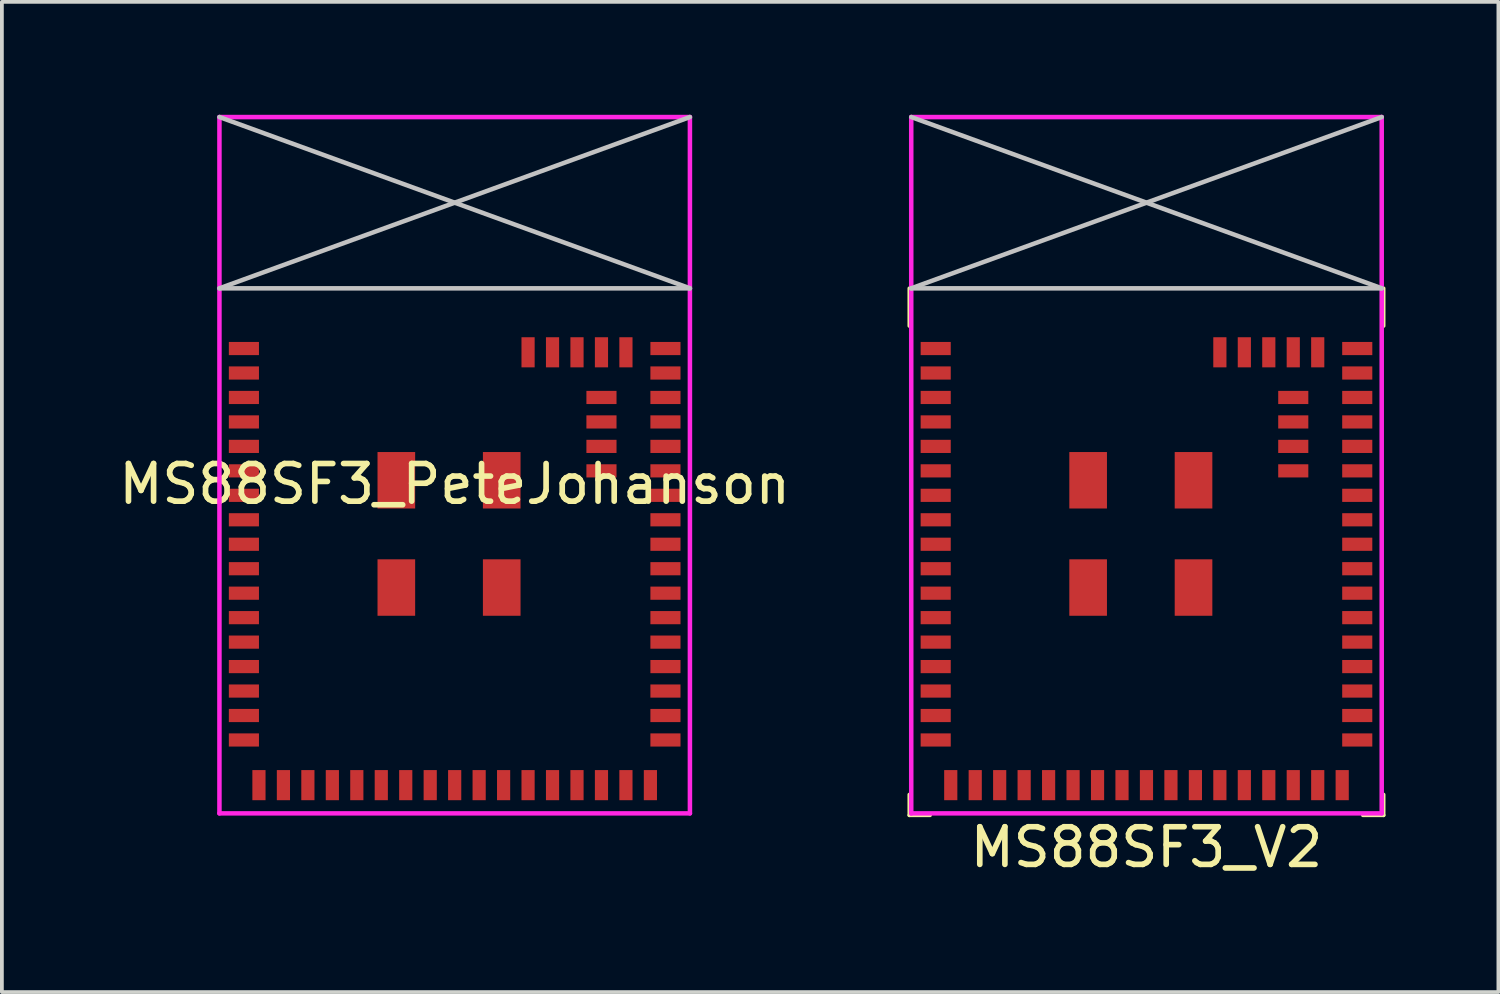
<source format=kicad_pcb>
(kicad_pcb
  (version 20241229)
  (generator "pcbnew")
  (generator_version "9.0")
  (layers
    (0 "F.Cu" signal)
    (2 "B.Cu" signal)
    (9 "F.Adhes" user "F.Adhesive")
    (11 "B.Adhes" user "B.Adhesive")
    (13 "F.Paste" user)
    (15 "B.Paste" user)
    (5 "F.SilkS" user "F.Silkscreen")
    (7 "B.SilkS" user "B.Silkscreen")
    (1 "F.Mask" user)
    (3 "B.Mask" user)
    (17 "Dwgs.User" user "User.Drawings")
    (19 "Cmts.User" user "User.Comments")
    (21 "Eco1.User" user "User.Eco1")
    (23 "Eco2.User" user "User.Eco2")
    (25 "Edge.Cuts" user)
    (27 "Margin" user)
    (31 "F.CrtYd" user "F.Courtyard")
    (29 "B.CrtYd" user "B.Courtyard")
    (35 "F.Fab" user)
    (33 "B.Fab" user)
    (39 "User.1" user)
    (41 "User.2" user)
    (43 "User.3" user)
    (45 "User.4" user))
  (footprint "MS88SF3_V2"
    (layer "F.Cu")
    (at 27.41 9.31)
    (property "Reference" "MS88SF3_V2" (at 0 10.15 0) (layer "F.SilkS") (effects (font (size 1 1) (thickness 0.15))))
    (attr smd)
    (fp_line (start -6.3 -4.7) (end -6.3 -3.7) (stroke (width 0.1) (type solid)) (layer "F.SilkS"))
    (fp_line (start -6.3 9.3) (end -6.3 8.75) (stroke (width 0.1) (type solid)) (layer "F.SilkS"))
    (fp_line (start -5.75 9.3) (end -6.3 9.3) (stroke (width 0.1) (type solid)) (layer "F.SilkS"))
    (fp_line (start 5.75 9.3) (end 6.3 9.3) (stroke (width 0.1) (type solid)) (layer "F.SilkS"))
    (fp_line (start 6.3 -4.7) (end 6.3 -3.7) (stroke (width 0.1) (type solid)) (layer "F.SilkS"))
    (fp_line (start 6.3 9.3) (end 6.3 8.75) (stroke (width 0.1) (type solid)) (layer "F.SilkS"))
    (fp_line (start -6.25 -4.7) (end 6.25 -9.25) (stroke (width 0.12) (type solid)) (layer "Dwgs.User"))
    (fp_line (start -6.25 -4.7) (end 6.25 -4.7) (stroke (width 0.12) (type solid)) (layer "Dwgs.User"))
    (fp_line (start 6.25 -4.7) (end -6.25 -9.25) (stroke (width 0.12) (type solid)) (layer "Dwgs.User"))
    (fp_line (start -6.25 -9.25) (end 6.25 -9.25) (stroke (width 0.12) (type solid)) (layer "F.CrtYd"))
    (fp_line (start -6.25 9.25) (end -6.25 -9.25) (stroke (width 0.12) (type solid)) (layer "F.CrtYd"))
    (fp_line (start -6.25 9.25) (end 6.25 9.25) (stroke (width 0.12) (type solid)) (layer "F.CrtYd"))
    (fp_line (start 6.25 9.25) (end 6.25 -9.25) (stroke (width 0.12) (type solid)) (layer "F.CrtYd"))
    (pad "1" smd rect (at -5.6 -3.1) (size 0.8 0.35) (layers "F.Cu" "F.Mask" "F.Paste"))
    (pad "2" smd rect (at -5.6 -2.45) (size 0.8 0.35) (layers "F.Cu" "F.Mask" "F.Paste"))
    (pad "3" smd rect (at -5.6 -1.8) (size 0.8 0.35) (layers "F.Cu" "F.Mask" "F.Paste"))
    (pad "4" smd rect (at -5.6 -1.15) (size 0.8 0.35) (layers "F.Cu" "F.Mask" "F.Paste"))
    (pad "5" smd rect (at -5.6 -0.5) (size 0.8 0.35) (layers "F.Cu" "F.Mask" "F.Paste"))
    (pad "6" smd rect (at -5.6 0.15) (size 0.8 0.35) (layers "F.Cu" "F.Mask" "F.Paste"))
    (pad "7" smd rect (at -5.6 0.8) (size 0.8 0.35) (layers "F.Cu" "F.Mask" "F.Paste"))
    (pad "8" smd rect (at -5.6 1.45) (size 0.8 0.35) (layers "F.Cu" "F.Mask" "F.Paste"))
    (pad "9" smd rect (at -5.6 2.1) (size 0.8 0.35) (layers "F.Cu" "F.Mask" "F.Paste"))
    (pad "10" smd rect (at -5.6 2.75) (size 0.8 0.35) (layers "F.Cu" "F.Mask" "F.Paste"))
    (pad "11" smd rect (at -5.6 3.4) (size 0.8 0.35) (layers "F.Cu" "F.Mask" "F.Paste"))
    (pad "12" smd rect (at -5.6 4.05) (size 0.8 0.35) (layers "F.Cu" "F.Mask" "F.Paste"))
    (pad "13" smd rect (at -5.6 4.7) (size 0.8 0.35) (layers "F.Cu" "F.Mask" "F.Paste"))
    (pad "14" smd rect (at -5.6 5.35) (size 0.8 0.35) (layers "F.Cu" "F.Mask" "F.Paste"))
    (pad "15" smd rect (at -5.6 6) (size 0.8 0.35) (layers "F.Cu" "F.Mask" "F.Paste"))
    (pad "16" smd rect (at -5.6 6.65) (size 0.8 0.35) (layers "F.Cu" "F.Mask" "F.Paste"))
    (pad "17" smd rect (at -5.6 7.3) (size 0.8 0.35) (layers "F.Cu" "F.Mask" "F.Paste"))
    (pad "18" smd rect (at -5.2 8.5) (size 0.35 0.8) (layers "F.Cu" "F.Mask" "F.Paste"))
    (pad "19" smd rect (at -4.55 8.5) (size 0.35 0.8) (layers "F.Cu" "F.Mask" "F.Paste"))
    (pad "20" smd rect (at -3.9 8.5) (size 0.35 0.8) (layers "F.Cu" "F.Mask" "F.Paste"))
    (pad "21" smd rect (at -3.25 8.5) (size 0.35 0.8) (layers "F.Cu" "F.Mask" "F.Paste"))
    (pad "22" smd rect (at -2.6 8.5) (size 0.35 0.8) (layers "F.Cu" "F.Mask" "F.Paste"))
    (pad "23" smd rect (at -1.95 8.5) (size 0.35 0.8) (layers "F.Cu" "F.Mask" "F.Paste"))
    (pad "24" smd rect (at -1.3 8.5) (size 0.35 0.8) (layers "F.Cu" "F.Mask" "F.Paste"))
    (pad "25" smd rect (at -0.65 8.5) (size 0.35 0.8) (layers "F.Cu" "F.Mask" "F.Paste"))
    (pad "26" smd rect (at 0 8.5) (size 0.35 0.8) (layers "F.Cu" "F.Mask" "F.Paste"))
    (pad "27" smd rect (at 0.65 8.5) (size 0.35 0.8) (layers "F.Cu" "F.Mask" "F.Paste"))
    (pad "28" smd rect (at 1.3 8.5) (size 0.35 0.8) (layers "F.Cu" "F.Mask" "F.Paste"))
    (pad "29" smd rect (at 1.95 8.5) (size 0.35 0.8) (layers "F.Cu" "F.Mask" "F.Paste"))
    (pad "30" smd rect (at 2.6 8.5) (size 0.35 0.8) (layers "F.Cu" "F.Mask" "F.Paste"))
    (pad "31" smd rect (at 3.25 8.5) (size 0.35 0.8) (layers "F.Cu" "F.Mask" "F.Paste"))
    (pad "32" smd rect (at 3.9 8.5) (size 0.35 0.8) (layers "F.Cu" "F.Mask" "F.Paste"))
    (pad "33" smd rect (at 4.55 8.5) (size 0.35 0.8) (layers "F.Cu" "F.Mask" "F.Paste"))
    (pad "34" smd rect (at 5.2 8.5) (size 0.35 0.8) (layers "F.Cu" "F.Mask" "F.Paste"))
    (pad "35" smd rect (at 5.6 7.3) (size 0.8 0.35) (layers "F.Cu" "F.Mask" "F.Paste"))
    (pad "36" smd rect (at 5.6 6.65) (size 0.8 0.35) (layers "F.Cu" "F.Mask" "F.Paste"))
    (pad "37" smd rect (at 5.6 6) (size 0.8 0.35) (layers "F.Cu" "F.Mask" "F.Paste"))
    (pad "38" smd rect (at 5.6 5.35) (size 0.8 0.35) (layers "F.Cu" "F.Mask" "F.Paste"))
    (pad "39" smd rect (at 5.6 4.7) (size 0.8 0.35) (layers "F.Cu" "F.Mask" "F.Paste"))
    (pad "40" smd rect (at 5.6 4.05) (size 0.8 0.35) (layers "F.Cu" "F.Mask" "F.Paste"))
    (pad "41" smd rect (at 5.6 3.4) (size 0.8 0.35) (layers "F.Cu" "F.Mask" "F.Paste"))
    (pad "42" smd rect (at 5.6 2.75) (size 0.8 0.35) (layers "F.Cu" "F.Mask" "F.Paste"))
    (pad "43" smd rect (at 5.6 2.1) (size 0.8 0.35) (layers "F.Cu" "F.Mask" "F.Paste"))
    (pad "44" smd rect (at 5.6 1.45) (size 0.8 0.35) (layers "F.Cu" "F.Mask" "F.Paste"))
    (pad "45" smd rect (at 5.6 0.8) (size 0.8 0.35) (layers "F.Cu" "F.Mask" "F.Paste"))
    (pad "46" smd rect (at 5.6 0.15) (size 0.8 0.35) (layers "F.Cu" "F.Mask" "F.Paste"))
    (pad "47" smd rect (at 5.6 -0.5) (size 0.8 0.35) (layers "F.Cu" "F.Mask" "F.Paste"))
    (pad "48" smd rect (at 5.6 -1.15) (size 0.8 0.35) (layers "F.Cu" "F.Mask" "F.Paste"))
    (pad "49" smd rect (at 5.6 -1.8) (size 0.8 0.35) (layers "F.Cu" "F.Mask" "F.Paste"))
    (pad "50" smd rect (at 5.6 -2.45) (size 0.8 0.35) (layers "F.Cu" "F.Mask" "F.Paste"))
    (pad "51" smd rect (at 5.6 -3.1) (size 0.8 0.35) (layers "F.Cu" "F.Mask" "F.Paste"))
    (pad "52" smd rect (at 4.55 -3) (size 0.35 0.8) (layers "F.Cu" "F.Mask" "F.Paste"))
    (pad "53" smd rect (at 3.9 -3) (size 0.35 0.8) (layers "F.Cu" "F.Mask" "F.Paste"))
    (pad "54" smd rect (at 3.25 -3) (size 0.35 0.8) (layers "F.Cu" "F.Mask" "F.Paste"))
    (pad "55" smd rect (at 2.6 -3) (size 0.35 0.8) (layers "F.Cu" "F.Mask" "F.Paste"))
    (pad "56" smd rect (at 1.95 -3) (size 0.35 0.8) (layers "F.Cu" "F.Mask" "F.Paste"))
    (pad "57" smd rect (at 3.9 -1.8) (size 0.8 0.35) (layers "F.Cu" "F.Mask" "F.Paste"))
    (pad "58" smd rect (at 3.9 -1.15) (size 0.8 0.35) (layers "F.Cu" "F.Mask" "F.Paste"))
    (pad "59" smd rect (at 3.9 -0.5) (size 0.8 0.35) (layers "F.Cu" "F.Mask" "F.Paste"))
    (pad "60" smd rect (at 3.9 0.15) (size 0.8 0.35) (layers "F.Cu" "F.Mask" "F.Paste"))
    (pad "61" smd rect (at -1.55 0.4) (size 1 1.5) (layers "F.Cu" "F.Mask" "F.Paste"))
    (pad "62" smd rect (at -1.55 3.25) (size 1 1.5) (layers "F.Cu" "F.Mask" "F.Paste"))
    (pad "63" smd rect (at 1.25 3.25) (size 1 1.5) (layers "F.Cu" "F.Mask" "F.Paste"))
    (pad "64" smd rect (at 1.25 0.4) (size 1 1.5) (layers "F.Cu" "F.Mask" "F.Paste")))
  (footprint "MS88SF3_PeteJohanson"
    (layer "F.Cu")
    (at 9.03 9.31)
    (property "Reference" "MS88SF3_PeteJohanson" (at 0 0.5 0) (layer "F.SilkS") (effects (font (size 1 1) (thickness 0.15))))
    (attr smd)
    (fp_line (start -6.25 -4.7) (end 6.25 -9.25) (stroke (width 0.12) (type solid)) (layer "Dwgs.User"))
    (fp_line (start -6.25 -4.7) (end 6.25 -4.7) (stroke (width 0.12) (type solid)) (layer "Dwgs.User"))
    (fp_line (start 6.25 -4.7) (end -6.25 -9.25) (stroke (width 0.12) (type solid)) (layer "Dwgs.User"))
    (fp_line (start -6.25 -9.25) (end 6.25 -9.25) (stroke (width 0.12) (type solid)) (layer "F.CrtYd"))
    (fp_line (start -6.25 9.25) (end -6.25 -9.25) (stroke (width 0.12) (type solid)) (layer "F.CrtYd"))
    (fp_line (start -6.25 9.25) (end 6.25 9.25) (stroke (width 0.12) (type solid)) (layer "F.CrtYd"))
    (fp_line (start 6.25 9.25) (end 6.25 -9.25) (stroke (width 0.12) (type solid)) (layer "F.CrtYd"))
    (pad "1" smd rect (at -5.6 -3.1) (size 0.8 0.35) (layers "F.Cu" "F.Mask" "F.Paste"))
    (pad "2" smd rect (at -5.6 -2.45) (size 0.8 0.35) (layers "F.Cu" "F.Mask" "F.Paste"))
    (pad "3" smd rect (at -5.6 -1.8) (size 0.8 0.35) (layers "F.Cu" "F.Mask" "F.Paste"))
    (pad "4" smd rect (at -5.6 -1.15) (size 0.8 0.35) (layers "F.Cu" "F.Mask" "F.Paste"))
    (pad "5" smd rect (at -5.6 -0.5) (size 0.8 0.35) (layers "F.Cu" "F.Mask" "F.Paste"))
    (pad "6" smd rect (at -5.6 0.15) (size 0.8 0.35) (layers "F.Cu" "F.Mask" "F.Paste"))
    (pad "7" smd rect (at -5.6 0.8) (size 0.8 0.35) (layers "F.Cu" "F.Mask" "F.Paste"))
    (pad "8" smd rect (at -5.6 1.45) (size 0.8 0.35) (layers "F.Cu" "F.Mask" "F.Paste"))
    (pad "9" smd rect (at -5.6 2.1) (size 0.8 0.35) (layers "F.Cu" "F.Mask" "F.Paste"))
    (pad "10" smd rect (at -5.6 2.75) (size 0.8 0.35) (layers "F.Cu" "F.Mask" "F.Paste"))
    (pad "11" smd rect (at -5.6 3.4) (size 0.8 0.35) (layers "F.Cu" "F.Mask" "F.Paste"))
    (pad "12" smd rect (at -5.6 4.05) (size 0.8 0.35) (layers "F.Cu" "F.Mask" "F.Paste"))
    (pad "13" smd rect (at -5.6 4.7) (size 0.8 0.35) (layers "F.Cu" "F.Mask" "F.Paste"))
    (pad "14" smd rect (at -5.6 5.35) (size 0.8 0.35) (layers "F.Cu" "F.Mask" "F.Paste"))
    (pad "15" smd rect (at -5.6 6) (size 0.8 0.35) (layers "F.Cu" "F.Mask" "F.Paste"))
    (pad "16" smd rect (at -5.6 6.65) (size 0.8 0.35) (layers "F.Cu" "F.Mask" "F.Paste"))
    (pad "17" smd rect (at -5.6 7.3) (size 0.8 0.35) (layers "F.Cu" "F.Mask" "F.Paste"))
    (pad "18" smd rect (at -5.2 8.5) (size 0.35 0.8) (layers "F.Cu" "F.Mask" "F.Paste"))
    (pad "19" smd rect (at -4.55 8.5) (size 0.35 0.8) (layers "F.Cu" "F.Mask" "F.Paste"))
    (pad "20" smd rect (at -3.9 8.5) (size 0.35 0.8) (layers "F.Cu" "F.Mask" "F.Paste"))
    (pad "21" smd rect (at -3.25 8.5) (size 0.35 0.8) (layers "F.Cu" "F.Mask" "F.Paste"))
    (pad "22" smd rect (at -2.6 8.5) (size 0.35 0.8) (layers "F.Cu" "F.Mask" "F.Paste"))
    (pad "23" smd rect (at -1.95 8.5) (size 0.35 0.8) (layers "F.Cu" "F.Mask" "F.Paste"))
    (pad "24" smd rect (at -1.3 8.5) (size 0.35 0.8) (layers "F.Cu" "F.Mask" "F.Paste"))
    (pad "25" smd rect (at -0.65 8.5) (size 0.35 0.8) (layers "F.Cu" "F.Mask" "F.Paste"))
    (pad "26" smd rect (at 0 8.5) (size 0.35 0.8) (layers "F.Cu" "F.Mask" "F.Paste"))
    (pad "27" smd rect (at 0.65 8.5) (size 0.35 0.8) (layers "F.Cu" "F.Mask" "F.Paste"))
    (pad "28" smd rect (at 1.3 8.5) (size 0.35 0.8) (layers "F.Cu" "F.Mask" "F.Paste"))
    (pad "29" smd rect (at 1.95 8.5) (size 0.35 0.8) (layers "F.Cu" "F.Mask" "F.Paste"))
    (pad "30" smd rect (at 2.6 8.5) (size 0.35 0.8) (layers "F.Cu" "F.Mask" "F.Paste"))
    (pad "31" smd rect (at 3.25 8.5) (size 0.35 0.8) (layers "F.Cu" "F.Mask" "F.Paste"))
    (pad "32" smd rect (at 3.9 8.5) (size 0.35 0.8) (layers "F.Cu" "F.Mask" "F.Paste"))
    (pad "33" smd rect (at 4.55 8.5) (size 0.35 0.8) (layers "F.Cu" "F.Mask" "F.Paste"))
    (pad "34" smd rect (at 5.2 8.5) (size 0.35 0.8) (layers "F.Cu" "F.Mask" "F.Paste"))
    (pad "35" smd rect (at 5.6 7.3) (size 0.8 0.35) (layers "F.Cu" "F.Mask" "F.Paste"))
    (pad "36" smd rect (at 5.6 6.65) (size 0.8 0.35) (layers "F.Cu" "F.Mask" "F.Paste"))
    (pad "37" smd rect (at 5.6 6) (size 0.8 0.35) (layers "F.Cu" "F.Mask" "F.Paste"))
    (pad "38" smd rect (at 5.6 5.35) (size 0.8 0.35) (layers "F.Cu" "F.Mask" "F.Paste"))
    (pad "39" smd rect (at 5.6 4.7) (size 0.8 0.35) (layers "F.Cu" "F.Mask" "F.Paste"))
    (pad "40" smd rect (at 5.6 4.05) (size 0.8 0.35) (layers "F.Cu" "F.Mask" "F.Paste"))
    (pad "41" smd rect (at 5.6 3.4) (size 0.8 0.35) (layers "F.Cu" "F.Mask" "F.Paste"))
    (pad "42" smd rect (at 5.6 2.75) (size 0.8 0.35) (layers "F.Cu" "F.Mask" "F.Paste"))
    (pad "43" smd rect (at 5.6 2.1) (size 0.8 0.35) (layers "F.Cu" "F.Mask" "F.Paste"))
    (pad "44" smd rect (at 5.6 1.45) (size 0.8 0.35) (layers "F.Cu" "F.Mask" "F.Paste"))
    (pad "45" smd rect (at 5.6 0.8) (size 0.8 0.35) (layers "F.Cu" "F.Mask" "F.Paste"))
    (pad "46" smd rect (at 5.6 0.15) (size 0.8 0.35) (layers "F.Cu" "F.Mask" "F.Paste"))
    (pad "47" smd rect (at 5.6 -0.5) (size 0.8 0.35) (layers "F.Cu" "F.Mask" "F.Paste"))
    (pad "48" smd rect (at 5.6 -1.15) (size 0.8 0.35) (layers "F.Cu" "F.Mask" "F.Paste"))
    (pad "49" smd rect (at 5.6 -1.8) (size 0.8 0.35) (layers "F.Cu" "F.Mask" "F.Paste"))
    (pad "50" smd rect (at 5.6 -2.45) (size 0.8 0.35) (layers "F.Cu" "F.Mask" "F.Paste"))
    (pad "51" smd rect (at 5.6 -3.1) (size 0.8 0.35) (layers "F.Cu" "F.Mask" "F.Paste"))
    (pad "52" smd rect (at 4.55 -3) (size 0.35 0.8) (layers "F.Cu" "F.Mask" "F.Paste"))
    (pad "53" smd rect (at 3.9 -3) (size 0.35 0.8) (layers "F.Cu" "F.Mask" "F.Paste"))
    (pad "54" smd rect (at 3.25 -3) (size 0.35 0.8) (layers "F.Cu" "F.Mask" "F.Paste"))
    (pad "55" smd rect (at 2.6 -3) (size 0.35 0.8) (layers "F.Cu" "F.Mask" "F.Paste"))
    (pad "56" smd rect (at 1.95 -3) (size 0.35 0.8) (layers "F.Cu" "F.Mask" "F.Paste"))
    (pad "57" smd rect (at 3.9 -1.8) (size 0.8 0.35) (layers "F.Cu" "F.Mask" "F.Paste"))
    (pad "58" smd rect (at 3.9 -1.15) (size 0.8 0.35) (layers "F.Cu" "F.Mask" "F.Paste"))
    (pad "59" smd rect (at 3.9 -0.5) (size 0.8 0.35) (layers "F.Cu" "F.Mask" "F.Paste"))
    (pad "60" smd rect (at 3.9 0.15) (size 0.8 0.35) (layers "F.Cu" "F.Mask" "F.Paste"))
    (pad "61" smd rect (at -1.55 0.4) (size 1 1.5) (layers "F.Cu" "F.Mask" "F.Paste"))
    (pad "62" smd rect (at -1.55 3.25) (size 1 1.5) (layers "F.Cu" "F.Mask" "F.Paste"))
    (pad "63" smd rect (at 1.25 3.25) (size 1 1.5) (layers "F.Cu" "F.Mask" "F.Paste"))
    (pad "64" smd rect (at 1.25 0.4) (size 1 1.5) (layers "F.Cu" "F.Mask" "F.Paste")))
  (gr_rect
    (start -3 -3)
    (end 36.76 23.308)
    (stroke (width 0.1) (type default))
    (fill no)
    (layer "Edge.Cuts")))
</source>
